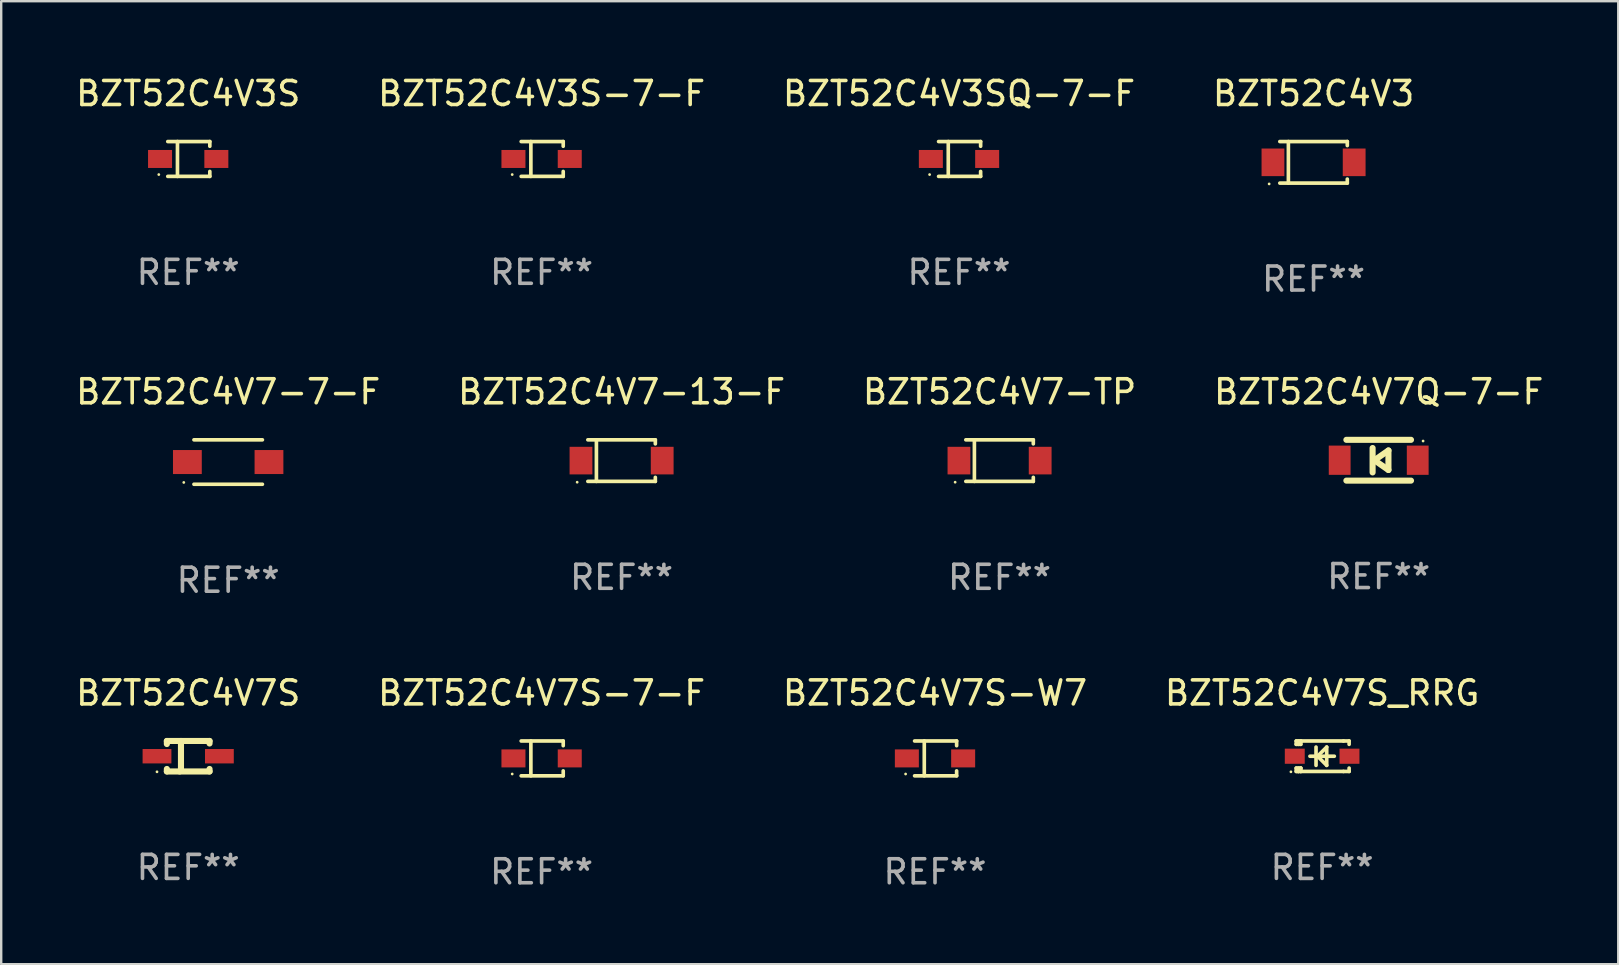
<source format=kicad_pcb>
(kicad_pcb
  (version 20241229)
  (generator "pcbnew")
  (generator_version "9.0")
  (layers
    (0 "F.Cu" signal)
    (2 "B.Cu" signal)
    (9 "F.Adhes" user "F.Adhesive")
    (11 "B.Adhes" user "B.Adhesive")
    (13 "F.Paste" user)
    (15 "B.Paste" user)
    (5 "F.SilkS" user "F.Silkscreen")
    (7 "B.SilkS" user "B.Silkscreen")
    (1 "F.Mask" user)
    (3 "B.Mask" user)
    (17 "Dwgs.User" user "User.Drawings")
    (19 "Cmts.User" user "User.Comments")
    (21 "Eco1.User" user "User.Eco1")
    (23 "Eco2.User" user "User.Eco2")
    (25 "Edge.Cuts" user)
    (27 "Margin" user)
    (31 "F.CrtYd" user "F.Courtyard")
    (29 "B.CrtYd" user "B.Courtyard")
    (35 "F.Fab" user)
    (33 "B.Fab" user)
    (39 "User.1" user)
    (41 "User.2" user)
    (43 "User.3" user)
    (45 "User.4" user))
  (footprint "BZT52C4V7S"
    (layer "F.Cu")
    (at 4.792 28.461)
    (property "Reference" "BZT52C4V7S" (at 0 -2.635 0) (layer "F.SilkS") (effects (font (size 1 1) (thickness 0.15))))
    (attr through_hole)
    (fp_line (start -0.889 -0.635) (end 0.889 -0.635) (stroke (width 0.254) (type solid)) (layer "F.SilkS"))
    (fp_line (start -0.889 -0.508) (end -0.889 -0.635) (stroke (width 0.254) (type solid)) (layer "F.SilkS"))
    (fp_line (start -0.889 0.635) (end -0.889 0.531) (stroke (width 0.254) (type solid)) (layer "F.SilkS"))
    (fp_line (start -0.301 -0.635) (end -0.301 0.581) (stroke (width 0.254) (type solid)) (layer "F.SilkS"))
    (fp_line (start -0.301 0.581) (end -0.355 0.635) (stroke (width 0.254) (type solid)) (layer "F.SilkS"))
    (fp_line (start 0.889 -0.635) (end 0.889 -0.531) (stroke (width 0.254) (type solid)) (layer "F.SilkS"))
    (fp_line (start 0.889 0.531) (end 0.889 0.635) (stroke (width 0.254) (type solid)) (layer "F.SilkS"))
    (fp_line (start 0.889 0.635) (end -0.889 0.635) (stroke (width 0.254) (type solid)) (layer "F.SilkS"))
    (fp_circle (center -1.3 0.65) (end -1.27 0.65) (stroke (width 0.06) (type solid)) (fill no) (layer "F.SilkS"))
    (fp_text user "REF**" (at 0 4.635 0) (layer "F.Fab") (effects (font (size 1 1) (thickness 0.15))))
    (pad "1" smd rect (at -1.3 0) (size 1.2 0.6) (layers "F.Cu" "F.Mask" "F.Paste"))
    (pad "2" smd rect (at 1.3 0) (size 1.2 0.6) (layers "F.Cu" "F.Mask" "F.Paste")))
  (footprint "BZT52C4V7Q-7-F"
    (layer "F.Cu")
    (at 54.399 16.127)
    (property "Reference" "BZT52C4V7Q-7-F" (at 0 -2.85 0) (layer "F.SilkS") (effects (font (size 1 1) (thickness 0.15))))
    (attr through_hole)
    (fp_line (start -1.346 -0.85) (end 1.346 -0.85) (stroke (width 0.254) (type solid)) (layer "F.SilkS"))
    (fp_line (start -0.254 -0.508) (end -0.254 0.508) (stroke (width 0.254) (type solid)) (layer "F.SilkS"))
    (fp_line (start -0.178 0) (end 0.406 -0.406) (stroke (width 0.254) (type solid)) (layer "F.SilkS"))
    (fp_line (start 0.406 -0.406) (end 0.406 0.406) (stroke (width 0.254) (type solid)) (layer "F.SilkS"))
    (fp_line (start 0.406 0.406) (end -0.178 0) (stroke (width 0.254) (type solid)) (layer "F.SilkS"))
    (fp_line (start 1.346 0.85) (end -1.346 0.85) (stroke (width 0.254) (type solid)) (layer "F.SilkS"))
    (fp_circle (center 1.85 -0.8) (end 1.88 -0.8) (stroke (width 0.06) (type solid)) (fill no) (layer "F.SilkS"))
    (fp_text user "REF**" (at 0 4.85 0) (layer "F.Fab") (effects (font (size 1 1) (thickness 0.15))))
    (pad "1" smd rect (at 1.626 0) (size 0.909 1.219) (layers "F.Cu" "F.Mask" "F.Paste"))
    (pad "2" smd rect (at -1.626 0) (size 0.909 1.219) (layers "F.Cu" "F.Mask" "F.Paste")))
  (footprint "BZT52C4V3SQ-7-F"
    (layer "F.Cu")
    (at 36.911 3.574)
    (property "Reference" "BZT52C4V3SQ-7-F" (at 0 -2.726 0) (layer "F.SilkS") (effects (font (size 1 1) (thickness 0.15))))
    (attr through_hole)
    (fp_line (start -0.851 -0.726) (end 0.901 -0.726) (stroke (width 0.152) (type solid)) (layer "F.SilkS"))
    (fp_line (start -0.851 0.726) (end 0.901 0.726) (stroke (width 0.152) (type solid)) (layer "F.SilkS"))
    (fp_line (start -0.447 -0.726) (end -0.447 0.726) (stroke (width 0.152) (type solid)) (layer "F.SilkS"))
    (fp_line (start 0.901 -0.726) (end 0.901 -0.53) (stroke (width 0.152) (type solid)) (layer "F.SilkS"))
    (fp_line (start 0.901 0.726) (end 0.901 0.52) (stroke (width 0.152) (type solid)) (layer "F.SilkS"))
    (fp_circle (center -1.225 0.65) (end -1.195 0.65) (stroke (width 0.06) (type solid)) (fill no) (layer "F.SilkS"))
    (fp_text user "REF**" (at 0 4.726 0) (layer "F.Fab") (effects (font (size 1 1) (thickness 0.15))))
    (pad "1" smd rect (at -1.173 0) (size 1 0.75) (layers "F.Cu" "F.Mask" "F.Paste"))
    (pad "2" smd rect (at 1.173 0) (size 1 0.75) (layers "F.Cu" "F.Mask" "F.Paste")))
  (footprint "BZT52C4V7-7-F"
    (layer "F.Cu")
    (at 6.458 16.203)
    (property "Reference" "BZT52C4V7-7-F" (at 0 -2.926 0) (layer "F.SilkS") (effects (font (size 1 1) (thickness 0.15))))
    (attr through_hole)
    (fp_line (start -1.426 -0.926) (end 1.426 -0.926) (stroke (width 0.152) (type solid)) (layer "F.SilkS"))
    (fp_line (start -1.426 0.926) (end 1.426 0.926) (stroke (width 0.152) (type solid)) (layer "F.SilkS"))
    (fp_circle (center -1.85 0.85) (end -1.82 0.85) (stroke (width 0.06) (type solid)) (fill no) (layer "F.SilkS"))
    (fp_text user "REF**" (at 0 4.926 0) (layer "F.Fab") (effects (font (size 1 1) (thickness 0.15))))
    (pad "1" smd rect (at -1.7 0.000013) (size 1.2 1) (layers "F.Cu" "F.Mask" "F.Paste"))
    (pad "2" smd rect (at 1.7 0.000013) (size 1.2 1) (layers "F.Cu" "F.Mask" "F.Paste")))
  (footprint "BZT52C4V7-13-F"
    (layer "F.Cu")
    (at 22.851 16.143)
    (property "Reference" "BZT52C4V7-13-F" (at 0 -2.866 0) (layer "F.SilkS") (effects (font (size 1 1) (thickness 0.15))))
    (attr through_hole)
    (fp_line (start -1.406 -0.866) (end 1.406 -0.866) (stroke (width 0.152) (type solid)) (layer "F.SilkS"))
    (fp_line (start -1.406 0.866) (end 1.406 0.866) (stroke (width 0.152) (type solid)) (layer "F.SilkS"))
    (fp_line (start -1.049 -0.866) (end -1.049 0.866) (stroke (width 0.152) (type solid)) (layer "F.SilkS"))
    (fp_line (start 1.406 -0.866) (end 1.406 -0.698) (stroke (width 0.152) (type solid)) (layer "F.SilkS"))
    (fp_line (start 1.406 0.866) (end 1.406 0.698) (stroke (width 0.152) (type solid)) (layer "F.SilkS"))
    (fp_circle (center -1.851 0.9) (end -1.821 0.9) (stroke (width 0.06) (type solid)) (fill no) (layer "F.SilkS"))
    (fp_text user "REF**" (at 0 4.866 0) (layer "F.Fab") (effects (font (size 1 1) (thickness 0.15))))
    (pad "1" smd rect (at -1.692 0) (size 0.95 1.15) (layers "F.Cu" "F.Mask" "F.Paste"))
    (pad "2" smd rect (at 1.692 0) (size 0.95 1.15) (layers "F.Cu" "F.Mask" "F.Paste")))
  (footprint "BZT52C4V7S-7-F"
    (layer "F.Cu")
    (at 19.518 28.552)
    (property "Reference" "BZT52C4V7S-7-F" (at 0 -2.726 0) (layer "F.SilkS") (effects (font (size 1 1) (thickness 0.15))))
    (attr through_hole)
    (fp_line (start -0.851 -0.726) (end 0.901 -0.726) (stroke (width 0.152) (type solid)) (layer "F.SilkS"))
    (fp_line (start -0.851 0.726) (end 0.901 0.726) (stroke (width 0.152) (type solid)) (layer "F.SilkS"))
    (fp_line (start -0.447 -0.726) (end -0.447 0.726) (stroke (width 0.152) (type solid)) (layer "F.SilkS"))
    (fp_line (start 0.901 -0.726) (end 0.901 -0.53) (stroke (width 0.152) (type solid)) (layer "F.SilkS"))
    (fp_line (start 0.901 0.726) (end 0.901 0.52) (stroke (width 0.152) (type solid)) (layer "F.SilkS"))
    (fp_circle (center -1.225 0.65) (end -1.195 0.65) (stroke (width 0.06) (type solid)) (fill no) (layer "F.SilkS"))
    (fp_text user "REF**" (at 0 4.726 0) (layer "F.Fab") (effects (font (size 1 1) (thickness 0.15))))
    (pad "1" smd rect (at -1.173 0) (size 1 0.75) (layers "F.Cu" "F.Mask" "F.Paste"))
    (pad "2" smd rect (at 1.173 0) (size 1 0.75) (layers "F.Cu" "F.Mask" "F.Paste")))
  (footprint "BZT52C4V3S-7-F"
    (layer "F.Cu")
    (at 19.518 3.574)
    (property "Reference" "BZT52C4V3S-7-F" (at 0 -2.726 0) (layer "F.SilkS") (effects (font (size 1 1) (thickness 0.15))))
    (attr through_hole)
    (fp_line (start -0.851 -0.726) (end 0.901 -0.726) (stroke (width 0.152) (type solid)) (layer "F.SilkS"))
    (fp_line (start -0.851 0.726) (end 0.901 0.726) (stroke (width 0.152) (type solid)) (layer "F.SilkS"))
    (fp_line (start -0.447 -0.726) (end -0.447 0.726) (stroke (width 0.152) (type solid)) (layer "F.SilkS"))
    (fp_line (start 0.901 -0.726) (end 0.901 -0.53) (stroke (width 0.152) (type solid)) (layer "F.SilkS"))
    (fp_line (start 0.901 0.726) (end 0.901 0.52) (stroke (width 0.152) (type solid)) (layer "F.SilkS"))
    (fp_circle (center -1.225 0.65) (end -1.195 0.65) (stroke (width 0.06) (type solid)) (fill no) (layer "F.SilkS"))
    (fp_text user "REF**" (at 0 4.726 0) (layer "F.Fab") (effects (font (size 1 1) (thickness 0.15))))
    (pad "1" smd rect (at -1.173 0) (size 1 0.75) (layers "F.Cu" "F.Mask" "F.Paste"))
    (pad "2" smd rect (at 1.173 0) (size 1 0.75) (layers "F.Cu" "F.Mask" "F.Paste")))
  (footprint "BZT52C4V7S-W7"
    (layer "F.Cu")
    (at 35.911 28.552)
    (property "Reference" "BZT52C4V7S-W7" (at 0 -2.726 0) (layer "F.SilkS") (effects (font (size 1 1) (thickness 0.15))))
    (attr through_hole)
    (fp_line (start -0.851 -0.726) (end 0.901 -0.726) (stroke (width 0.152) (type solid)) (layer "F.SilkS"))
    (fp_line (start -0.851 0.726) (end 0.901 0.726) (stroke (width 0.152) (type solid)) (layer "F.SilkS"))
    (fp_line (start -0.447 -0.726) (end -0.447 0.726) (stroke (width 0.152) (type solid)) (layer "F.SilkS"))
    (fp_line (start 0.901 -0.726) (end 0.901 -0.53) (stroke (width 0.152) (type solid)) (layer "F.SilkS"))
    (fp_line (start 0.901 0.726) (end 0.901 0.52) (stroke (width 0.152) (type solid)) (layer "F.SilkS"))
    (fp_circle (center -1.225 0.65) (end -1.195 0.65) (stroke (width 0.06) (type solid)) (fill no) (layer "F.SilkS"))
    (fp_text user "REF**" (at 0 4.726 0) (layer "F.Fab") (effects (font (size 1 1) (thickness 0.15))))
    (pad "1" smd rect (at -1.173 0) (size 1 0.75) (layers "F.Cu" "F.Mask" "F.Paste"))
    (pad "2" smd rect (at 1.173 0) (size 1 0.75) (layers "F.Cu" "F.Mask" "F.Paste")))
  (footprint "BZT52C4V3S"
    (layer "F.Cu")
    (at 4.792 3.574)
    (property "Reference" "BZT52C4V3S" (at 0 -2.726 0) (layer "F.SilkS") (effects (font (size 1 1) (thickness 0.15))))
    (attr through_hole)
    (fp_line (start -0.851 -0.726) (end 0.901 -0.726) (stroke (width 0.152) (type solid)) (layer "F.SilkS"))
    (fp_line (start -0.851 0.726) (end 0.901 0.726) (stroke (width 0.152) (type solid)) (layer "F.SilkS"))
    (fp_line (start -0.447 -0.726) (end -0.447 0.726) (stroke (width 0.152) (type solid)) (layer "F.SilkS"))
    (fp_line (start 0.901 -0.726) (end 0.901 -0.53) (stroke (width 0.152) (type solid)) (layer "F.SilkS"))
    (fp_line (start 0.901 0.726) (end 0.901 0.52) (stroke (width 0.152) (type solid)) (layer "F.SilkS"))
    (fp_circle (center -1.225 0.65) (end -1.195 0.65) (stroke (width 0.06) (type solid)) (fill no) (layer "F.SilkS"))
    (fp_text user "REF**" (at 0 4.726 0) (layer "F.Fab") (effects (font (size 1 1) (thickness 0.15))))
    (pad "1" smd rect (at -1.173 0) (size 1 0.75) (layers "F.Cu" "F.Mask" "F.Paste"))
    (pad "2" smd rect (at 1.173 0) (size 1 0.75) (layers "F.Cu" "F.Mask" "F.Paste")))
  (footprint "BZT52C4V3"
    (layer "F.Cu")
    (at 51.685 3.714)
    (property "Reference" "BZT52C4V3" (at 0 -2.866 0) (layer "F.SilkS") (effects (font (size 1 1) (thickness 0.15))))
    (attr through_hole)
    (fp_line (start -1.406 -0.866) (end 1.406 -0.866) (stroke (width 0.152) (type solid)) (layer "F.SilkS"))
    (fp_line (start -1.406 0.866) (end 1.406 0.866) (stroke (width 0.152) (type solid)) (layer "F.SilkS"))
    (fp_line (start -1.049 -0.866) (end -1.049 0.866) (stroke (width 0.152) (type solid)) (layer "F.SilkS"))
    (fp_line (start 1.406 -0.866) (end 1.406 -0.698) (stroke (width 0.152) (type solid)) (layer "F.SilkS"))
    (fp_line (start 1.406 0.866) (end 1.406 0.698) (stroke (width 0.152) (type solid)) (layer "F.SilkS"))
    (fp_circle (center -1.851 0.9) (end -1.821 0.9) (stroke (width 0.06) (type solid)) (fill no) (layer "F.SilkS"))
    (fp_text user "REF**" (at 0 4.866 0) (layer "F.Fab") (effects (font (size 1 1) (thickness 0.15))))
    (pad "1" smd rect (at -1.692 0) (size 0.95 1.15) (layers "F.Cu" "F.Mask" "F.Paste"))
    (pad "2" smd rect (at 1.692 0) (size 0.95 1.15) (layers "F.Cu" "F.Mask" "F.Paste")))
  (footprint "BZT52C4V7S_RRG"
    (layer "F.Cu")
    (at 52.042 28.461)
    (property "Reference" "BZT52C4V7S_RRG" (at 0 -2.635 0) (layer "F.SilkS") (effects (font (size 1 1) (thickness 0.15))))
    (attr through_hole)
    (fp_line (start -1.08 -0.635) (end -1.08 -0.495) (stroke (width 0.152) (type solid)) (layer "F.SilkS"))
    (fp_line (start -1.08 0.495) (end -1.08 0.635) (stroke (width 0.152) (type solid)) (layer "F.SilkS"))
    (fp_line (start -1.08 0.495) (end -0.889 0.495) (stroke (width 0.152) (type solid)) (layer "F.SilkS"))
    (fp_line (start -1.08 0.635) (end -0.889 0.635) (stroke (width 0.152) (type solid)) (layer "F.SilkS"))
    (fp_line (start -1.003 0.635) (end -0.986 0.635) (stroke (width 0.152) (type solid)) (layer "F.SilkS"))
    (fp_line (start -0.986 -0.495) (end -0.986 -0.635) (stroke (width 0.152) (type solid)) (layer "F.SilkS"))
    (fp_line (start -0.986 0.635) (end -0.986 0.495) (stroke (width 0.152) (type solid)) (layer "F.SilkS"))
    (fp_line (start -0.889 -0.635) (end -1.08 -0.635) (stroke (width 0.152) (type solid)) (layer "F.SilkS"))
    (fp_line (start -0.889 -0.635) (end -0.889 -0.595) (stroke (width 0.152) (type solid)) (layer "F.SilkS"))
    (fp_line (start -0.889 -0.635) (end 0.889 -0.635) (stroke (width 0.152) (type solid)) (layer "F.SilkS"))
    (fp_line (start -0.889 -0.595) (end -0.889 -0.495) (stroke (width 0.152) (type solid)) (layer "F.SilkS"))
    (fp_line (start -0.889 -0.495) (end -1.08 -0.495) (stroke (width 0.152) (type solid)) (layer "F.SilkS"))
    (fp_line (start -0.889 0.495) (end -0.889 0.595) (stroke (width 0.152) (type solid)) (layer "F.SilkS"))
    (fp_line (start -0.889 0.495) (end -0.889 0.495) (stroke (width 0.152) (type solid)) (layer "F.SilkS"))
    (fp_line (start -0.889 0.595) (end -0.889 0.635) (stroke (width 0.152) (type solid)) (layer "F.SilkS"))
    (fp_line (start -0.889 0.635) (end 0.889 0.635) (stroke (width 0.152) (type solid)) (layer "F.SilkS"))
    (fp_line (start -0.254 -0.381) (end -0.254 0.381) (stroke (width 0.152) (type solid)) (layer "F.SilkS"))
    (fp_line (start -0.191 0) (end -0.191 0) (stroke (width 0.152) (type solid)) (layer "F.SilkS"))
    (fp_line (start -0.191 0) (end 0.191 -0.381) (stroke (width 0.152) (type solid)) (layer "F.SilkS"))
    (fp_line (start 0.191 -0.381) (end 0.191 0.381) (stroke (width 0.152) (type solid)) (layer "F.SilkS"))
    (fp_line (start 0.191 0.381) (end -0.191 0) (stroke (width 0.152) (type solid)) (layer "F.SilkS"))
    (fp_line (start 0.508 0) (end -0.508 0) (stroke (width 0.152) (type solid)) (layer "F.SilkS"))
    (fp_line (start 0.889 -0.635) (end 1.125 -0.635) (stroke (width 0.152) (type solid)) (layer "F.SilkS"))
    (fp_line (start 1.125 -0.635) (end 1.125 -0.495) (stroke (width 0.152) (type solid)) (layer "F.SilkS"))
    (fp_line (start 1.125 0.495) (end 1.125 0.635) (stroke (width 0.152) (type solid)) (layer "F.SilkS"))
    (fp_line (start 1.125 0.635) (end 0.889 0.635) (stroke (width 0.152) (type solid)) (layer "F.SilkS"))
    (fp_circle (center -1.3 0.65) (end -1.27 0.65) (stroke (width 0.06) (type solid)) (fill no) (layer "F.SilkS"))
    (fp_text user "REF**" (at 0 4.635 0) (layer "F.Fab") (effects (font (size 1 1) (thickness 0.15))))
    (pad "1" smd rect (at -1.14 0 90) (size 0.63 0.83) (layers "F.Cu" "F.Mask" "F.Paste"))
    (pad "2" smd rect (at 1.14 0 90) (size 0.63 0.83) (layers "F.Cu" "F.Mask" "F.Paste")))
  (footprint "BZT52C4V7-TP"
    (layer "F.Cu")
    (at 38.601 16.143)
    (property "Reference" "BZT52C4V7-TP" (at 0 -2.866 0) (layer "F.SilkS") (effects (font (size 1 1) (thickness 0.15))))
    (attr through_hole)
    (fp_line (start -1.406 -0.866) (end 1.406 -0.866) (stroke (width 0.152) (type solid)) (layer "F.SilkS"))
    (fp_line (start -1.406 0.866) (end 1.406 0.866) (stroke (width 0.152) (type solid)) (layer "F.SilkS"))
    (fp_line (start -1.049 -0.866) (end -1.049 0.866) (stroke (width 0.152) (type solid)) (layer "F.SilkS"))
    (fp_line (start 1.406 -0.866) (end 1.406 -0.698) (stroke (width 0.152) (type solid)) (layer "F.SilkS"))
    (fp_line (start 1.406 0.866) (end 1.406 0.698) (stroke (width 0.152) (type solid)) (layer "F.SilkS"))
    (fp_circle (center -1.851 0.9) (end -1.821 0.9) (stroke (width 0.06) (type solid)) (fill no) (layer "F.SilkS"))
    (fp_text user "REF**" (at 0 4.866 0) (layer "F.Fab") (effects (font (size 1 1) (thickness 0.15))))
    (pad "1" smd rect (at -1.692 0) (size 0.95 1.15) (layers "F.Cu" "F.Mask" "F.Paste"))
    (pad "2" smd rect (at 1.692 0) (size 0.95 1.15) (layers "F.Cu" "F.Mask" "F.Paste")))
  (gr_rect
    (start -3 -3)
    (end 64.381 37.127)
    (stroke (width 0.1) (type default))
    (fill no)
    (layer "Edge.Cuts")))
</source>
